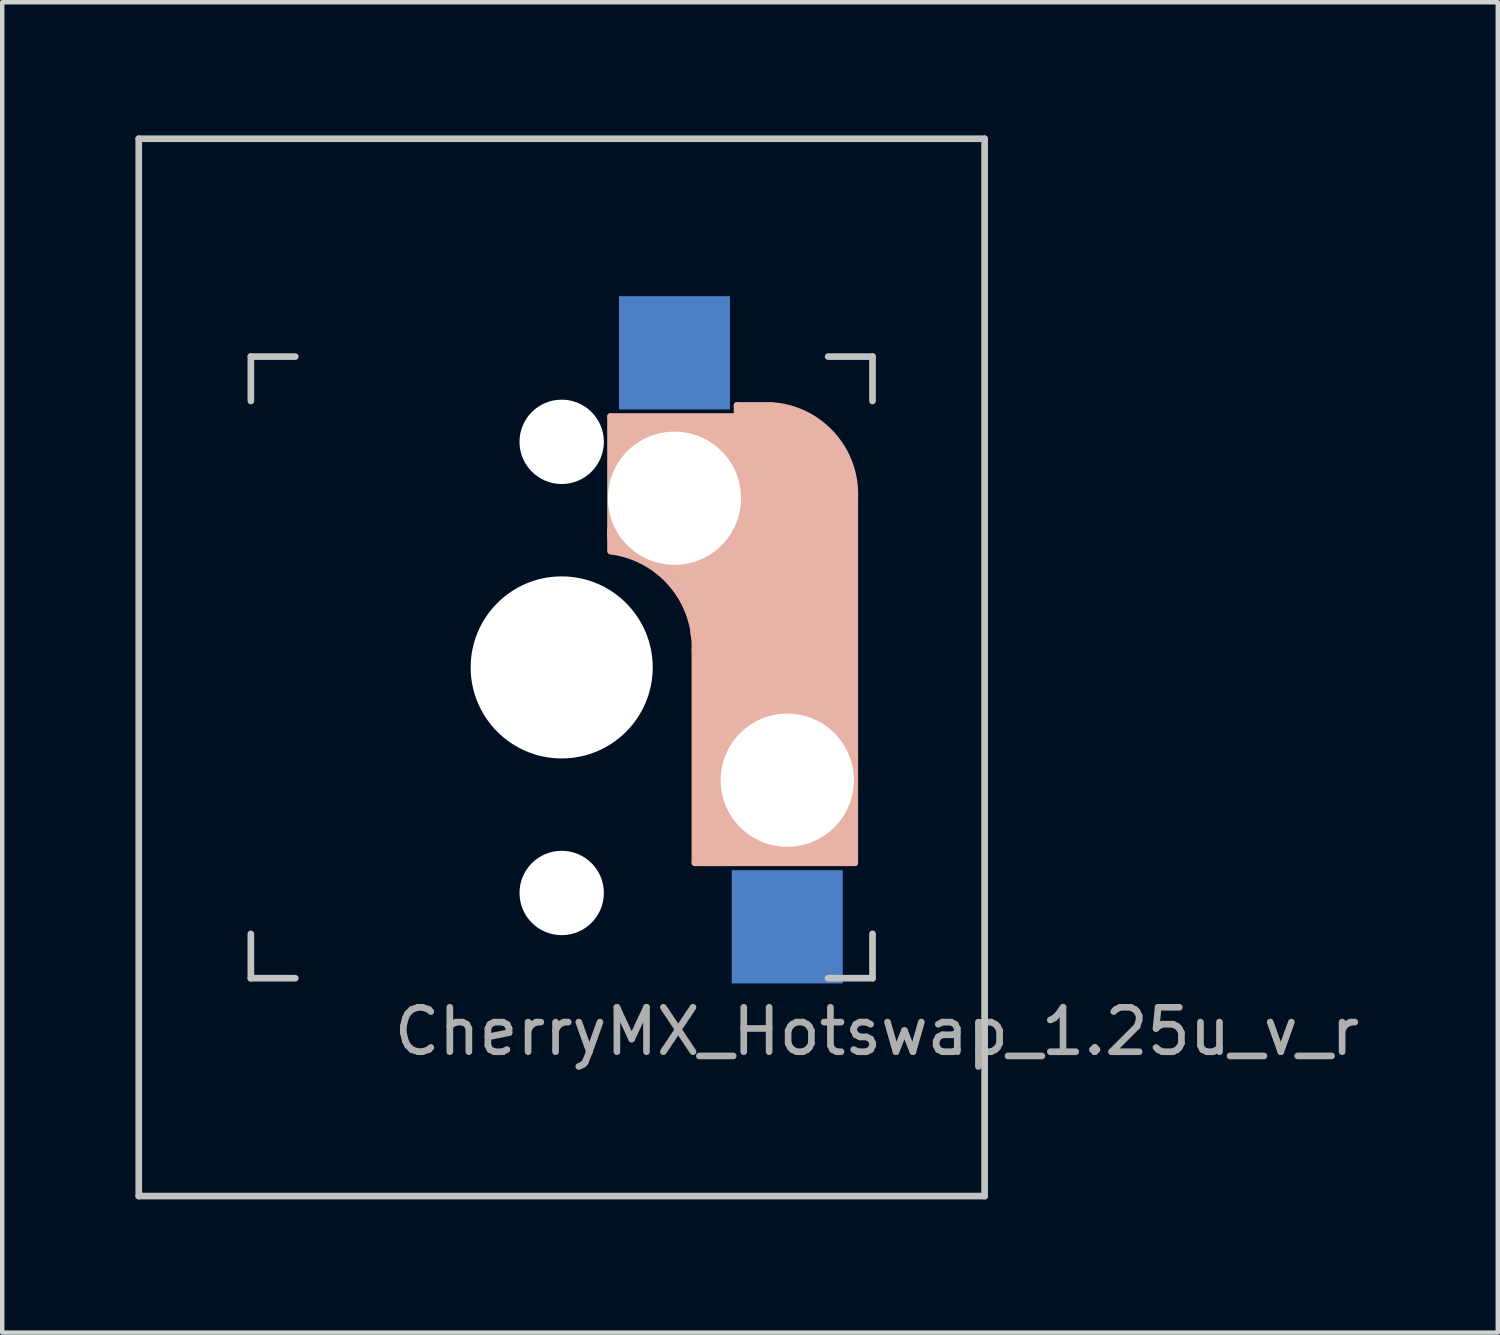
<source format=kicad_pcb>
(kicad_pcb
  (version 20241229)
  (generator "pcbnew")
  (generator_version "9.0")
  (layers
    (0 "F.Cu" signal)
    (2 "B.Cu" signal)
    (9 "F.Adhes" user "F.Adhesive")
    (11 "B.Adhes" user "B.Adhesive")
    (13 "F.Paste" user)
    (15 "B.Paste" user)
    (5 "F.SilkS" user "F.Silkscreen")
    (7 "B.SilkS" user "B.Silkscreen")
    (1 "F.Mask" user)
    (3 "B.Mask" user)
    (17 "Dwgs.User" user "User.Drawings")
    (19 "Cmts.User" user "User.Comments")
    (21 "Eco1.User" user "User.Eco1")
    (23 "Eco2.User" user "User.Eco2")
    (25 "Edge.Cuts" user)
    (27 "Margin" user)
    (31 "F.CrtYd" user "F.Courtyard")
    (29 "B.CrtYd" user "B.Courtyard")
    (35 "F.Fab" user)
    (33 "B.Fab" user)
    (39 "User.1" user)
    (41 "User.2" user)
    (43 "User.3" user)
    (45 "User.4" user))
  (footprint "CherryMX_Hotswap_1.25u_v_r"
    (layer "F.Cu")
    (at 9.6 11.981)
    (property "Reference" "CherryMX_Hotswap_1.25u_v_r" (at 7.1 8.2 0) (layer "F.Fab") (effects (font (size 1 1) (thickness 0.15))))
    (attr through_hole)
    (fp_line (start 1.1 -5.65) (end 1.1 -2.62) (stroke (width 0.15) (type solid)) (layer "B.SilkS"))
    (fp_line (start 1.3 -5.45) (end 1.3 -3) (stroke (width 0.5) (type solid)) (layer "B.SilkS"))
    (fp_line (start 1.6 -5.3) (end 3.4 -5.3) (stroke (width 0.8) (type solid)) (layer "B.SilkS"))
    (fp_line (start 3 -0.4) (end 3 4.4) (stroke (width 0.15) (type solid)) (layer "B.SilkS"))
    (fp_line (start 3 4.4) (end 6.6 4.4) (stroke (width 0.15) (type solid)) (layer "B.SilkS"))
    (fp_line (start 3.25 4.2) (end 3.3 2.9) (stroke (width 0.5) (type solid)) (layer "B.SilkS"))
    (fp_line (start 3.95 -5.9) (end 3.95 -5.7) (stroke (width 0.15) (type solid)) (layer "B.SilkS"))
    (fp_line (start 4 4.38) (end 6.25 4.38) (stroke (width 0.15) (type solid)) (layer "B.SilkS"))
    (fp_line (start 4.05 -5.8) (end 4.7 -5.8) (stroke (width 0.3) (type solid)) (layer "B.SilkS"))
    (fp_line (start 4.7 -5.9) (end 3.95 -5.9) (stroke (width 0.15) (type solid)) (layer "B.SilkS"))
    (fp_line (start 4.8 2.6) (end 4.8 -4.1) (stroke (width 3.5) (type solid)) (layer "B.SilkS"))
    (fp_line (start 5.1 -4.17) (end 2.86 -4.17) (stroke (width 3) (type solid)) (layer "B.SilkS"))
    (fp_line (start 5.55 -5.65) (end 1.1 -5.65) (stroke (width 0.15) (type solid)) (layer "B.SilkS"))
    (fp_line (start 6 3.9) (end 3.5 3.9) (stroke (width 1) (type solid)) (layer "B.SilkS"))
    (fp_line (start 6.4 4.25) (end 6.4 3) (stroke (width 0.4) (type solid)) (layer "B.SilkS"))
    (fp_line (start 6.6 4.4) (end 6.6 -3.8) (stroke (width 0.15) (type solid)) (layer "B.SilkS"))
    (fp_arc (start 1.121471 -2.616318) (mid 2.486118 -1.868709) (end 3 -0.4) (stroke (width 0.15) (type solid)) (layer "B.SilkS"))
    (fp_arc (start 1.521471 -3.016318) (mid 2.886118 -2.268709) (end 3.4 -0.8) (stroke (width 1) (type solid)) (layer "B.SilkS"))
    (fp_arc (start 4.699999 -5.9) (mid 6.084924 -5.243504) (end 6.6 -3.800001) (stroke (width 0.15) (type solid)) (layer "B.SilkS"))
    (fp_line (start -9.525 -11.906) (end 9.525 -11.906) (stroke (width 0.15) (type solid)) (layer "Dwgs.User"))
    (fp_line (start -9.525 11.906) (end -9.525 -11.906) (stroke (width 0.15) (type solid)) (layer "Dwgs.User"))
    (fp_line (start -7 -7) (end -7 -6) (stroke (width 0.15) (type solid)) (layer "Dwgs.User"))
    (fp_line (start -7 6) (end -7 7) (stroke (width 0.15) (type solid)) (layer "Dwgs.User"))
    (fp_line (start -7 7) (end -6 7) (stroke (width 0.15) (type solid)) (layer "Dwgs.User"))
    (fp_line (start -6 -7) (end -7 -7) (stroke (width 0.15) (type solid)) (layer "Dwgs.User"))
    (fp_line (start 6 -7) (end 7 -7) (stroke (width 0.15) (type solid)) (layer "Dwgs.User"))
    (fp_line (start 7 -7) (end 7 -6) (stroke (width 0.15) (type solid)) (layer "Dwgs.User"))
    (fp_line (start 7 7) (end 6 7) (stroke (width 0.15) (type solid)) (layer "Dwgs.User"))
    (fp_line (start 7 7) (end 7 6) (stroke (width 0.15) (type solid)) (layer "Dwgs.User"))
    (fp_line (start 9.525 -11.906) (end 9.525 11.906) (stroke (width 0.15) (type solid)) (layer "Dwgs.User"))
    (fp_line (start 9.525 11.906) (end -9.525 11.906) (stroke (width 0.15) (type solid)) (layer "Dwgs.User"))
    (pad "" np_thru_hole circle (at 0 -5.08 270) (size 1.9 1.9) (drill 1.9) (layers "*.Cu" "*.Mask"))
    (pad "" np_thru_hole circle (at 0 0) (size 4.1 4.1) (drill 4.1) (layers "*.Cu" "*.Mask"))
    (pad "" np_thru_hole circle (at 0 5.08 270) (size 1.9 1.9) (drill 1.9) (layers "*.Cu" "*.Mask"))
    (pad "" np_thru_hole circle (at 2.54 -3.81 270) (size 3 3) (drill 3) (layers "*.Cu" "*.Mask"))
    (pad "" np_thru_hole circle (at 5.08 2.54 270) (size 3 3) (drill 3) (layers "*.Cu" "*.Mask"))
    (pad "1" smd rect (at 2.54 -7.085 90) (size 2.55 2.5) (layers "B.Cu" "B.Mask" "B.Paste"))
    (pad "2" smd rect (at 5.08 5.842 90) (size 2.55 2.5) (layers "B.Cu" "B.Mask" "B.Paste")))
  (gr_rect
    (start -3 -3)
    (end 30.682 26.962)
    (stroke (width 0.1) (type default))
    (fill no)
    (layer "Edge.Cuts")))
</source>
